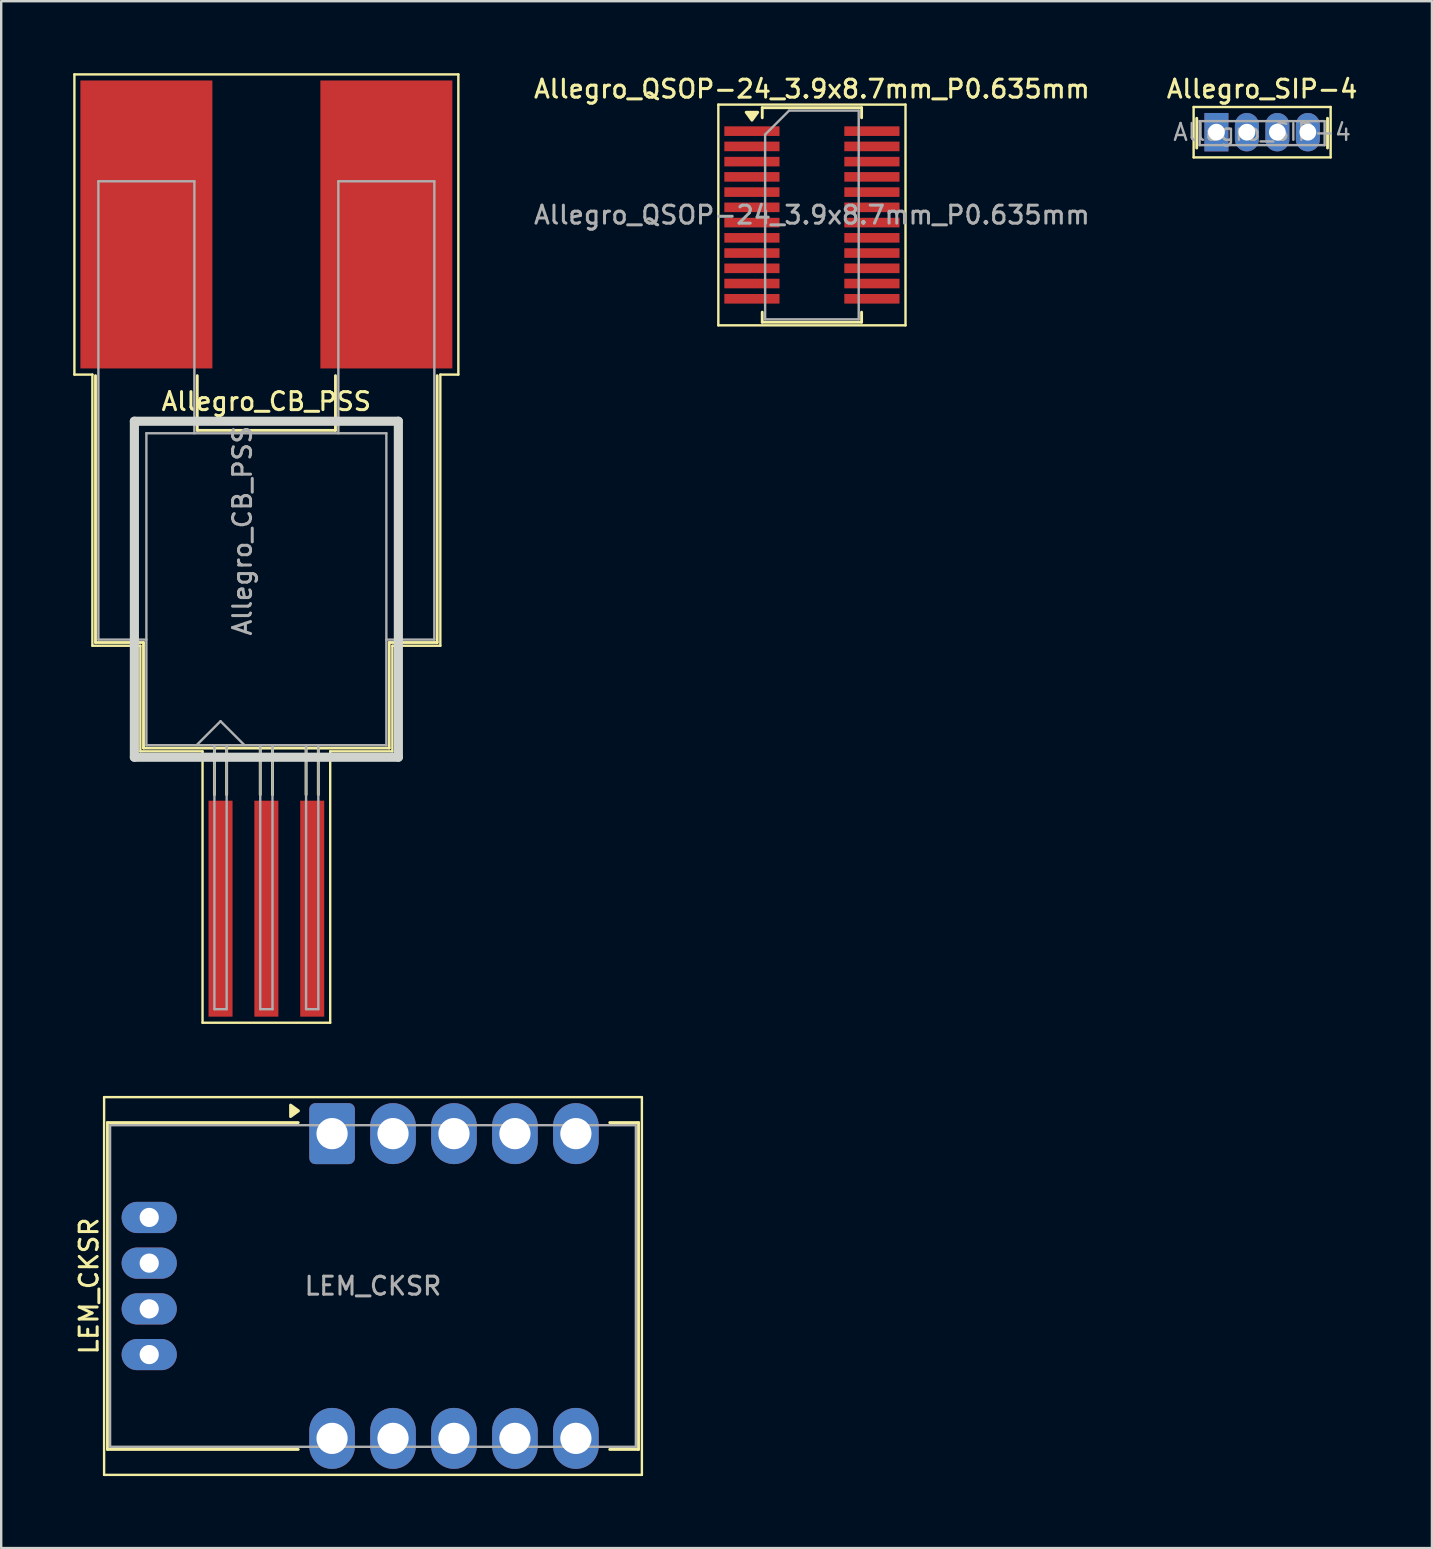
<source format=kicad_pcb>
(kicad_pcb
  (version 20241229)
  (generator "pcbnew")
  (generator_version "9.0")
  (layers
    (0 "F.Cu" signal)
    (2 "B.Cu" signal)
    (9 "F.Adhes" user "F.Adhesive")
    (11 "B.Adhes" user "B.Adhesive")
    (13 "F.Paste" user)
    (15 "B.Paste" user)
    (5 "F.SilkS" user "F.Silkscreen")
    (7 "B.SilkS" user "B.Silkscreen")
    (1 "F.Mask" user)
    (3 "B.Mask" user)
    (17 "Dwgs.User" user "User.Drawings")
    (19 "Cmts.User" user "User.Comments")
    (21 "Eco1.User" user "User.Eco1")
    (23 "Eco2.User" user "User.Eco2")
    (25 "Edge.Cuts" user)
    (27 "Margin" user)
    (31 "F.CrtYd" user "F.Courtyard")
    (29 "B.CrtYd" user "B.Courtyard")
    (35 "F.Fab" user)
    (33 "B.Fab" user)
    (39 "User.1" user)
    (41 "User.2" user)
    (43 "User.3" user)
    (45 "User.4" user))
  (footprint "LEM_CKSR"
    (layer "F.Cu")
    (at 10.788 44.19)
    (property "Reference" "LEM_CKSR" (at -10.13 6.35 270) (layer "F.SilkS") (effects (font (size 0.75 0.75) (thickness 0.125))))
    (attr through_hole)
    (fp_line (start -9.5 -1.52) (end 12.91 -1.52) (stroke (width 0.1) (type solid)) (layer "F.SilkS"))
    (fp_line (start -9.5 14.22) (end -9.5 -1.52) (stroke (width 0.1) (type solid)) (layer "F.SilkS"))
    (fp_line (start -9.36 -0.46) (end -9.36 13.16) (stroke (width 0.12) (type solid)) (layer "F.SilkS"))
    (fp_line (start -9.36 -0.46) (end -1.41 -0.46) (stroke (width 0.12) (type solid)) (layer "F.SilkS"))
    (fp_line (start -9.36 13.16) (end -1.41 13.16) (stroke (width 0.12) (type solid)) (layer "F.SilkS"))
    (fp_line (start 12.77 -0.46) (end 11.57 -0.46) (stroke (width 0.12) (type solid)) (layer "F.SilkS"))
    (fp_line (start 12.77 -0.46) (end 12.77 13.16) (stroke (width 0.12) (type solid)) (layer "F.SilkS"))
    (fp_line (start 12.77 13.16) (end 11.57 13.16) (stroke (width 0.12) (type solid)) (layer "F.SilkS"))
    (fp_line (start 12.91 -1.52) (end 12.91 14.22) (stroke (width 0.1) (type solid)) (layer "F.SilkS"))
    (fp_line (start 12.91 14.22) (end -9.5 14.22) (stroke (width 0.1) (type solid)) (layer "F.SilkS"))
    (fp_poly (pts (xy -1.4 -0.95) (xy -1.73 -0.71) (xy -1.73 -1.19) (xy -1.4 -0.95)) (stroke (width 0.12) (type solid)) (fill yes) (layer "F.SilkS"))
    (fp_line (start -9.25 -0.35) (end -9.25 13.05) (stroke (width 0.1) (type solid)) (layer "F.Fab"))
    (fp_line (start -0.5 -0.35) (end 0 0.21) (stroke (width 0.1) (type solid)) (layer "F.Fab"))
    (fp_line (start 0 0.21) (end 0.5 -0.35) (stroke (width 0.1) (type solid)) (layer "F.Fab"))
    (fp_line (start 12.66 -0.35) (end -9.25 -0.35) (stroke (width 0.1) (type solid)) (layer "F.Fab"))
    (fp_line (start 12.66 13.05) (end -9.25 13.05) (stroke (width 0.1) (type solid)) (layer "F.Fab"))
    (fp_line (start 12.66 13.05) (end 12.66 -0.35) (stroke (width 0.1) (type solid)) (layer "F.Fab"))
    (fp_text user "${REFERENCE}" (at 1.705 6.35 180) (layer "F.Fab") (effects (font (size 0.75 0.75) (thickness 0.125))))
    (pad "1" thru_hole roundrect (at 0 0 180) (size 1.9 2.54) (drill 1.3) (layers "*.Cu" "*.Mask") (roundrect_rratio 0.132))
    (pad "2" thru_hole oval (at 2.54 0 180) (size 1.9 2.54) (drill 1.3) (layers "*.Cu" "*.Mask"))
    (pad "3" thru_hole oval (at 5.08 0 180) (size 1.9 2.54) (drill 1.3) (layers "*.Cu" "*.Mask"))
    (pad "4" thru_hole oval (at 7.62 0 180) (size 1.9 2.54) (drill 1.3) (layers "*.Cu" "*.Mask"))
    (pad "5" thru_hole oval (at 10.16 0 180) (size 1.9 2.54) (drill 1.3) (layers "*.Cu" "*.Mask"))
    (pad "6" thru_hole oval (at 10.16 12.7 180) (size 1.9 2.54) (drill 1.3) (layers "*.Cu" "*.Mask"))
    (pad "7" thru_hole oval (at 7.62 12.7 180) (size 1.9 2.54) (drill 1.3) (layers "*.Cu" "*.Mask"))
    (pad "8" thru_hole oval (at 5.08 12.7 180) (size 1.9 2.54) (drill 1.3) (layers "*.Cu" "*.Mask"))
    (pad "9" thru_hole oval (at 2.54 12.7 180) (size 1.9 2.54) (drill 1.3) (layers "*.Cu" "*.Mask"))
    (pad "10" thru_hole oval (at 0 12.7 180) (size 1.9 2.54) (drill 1.3) (layers "*.Cu" "*.Mask"))
    (pad "11" thru_hole oval (at -7.62 9.207 180) (size 2.3 1.3) (drill 0.8) (layers "*.Cu" "*.Mask"))
    (pad "12" thru_hole oval (at -7.62 7.303 180) (size 2.3 1.3) (drill 0.8) (layers "*.Cu" "*.Mask"))
    (pad "13" thru_hole oval (at -7.62 5.397 180) (size 2.3 1.3) (drill 0.8) (layers "*.Cu" "*.Mask"))
    (pad "14" thru_hole oval (at -7.62 3.493 180) (size 2.3 1.3) (drill 0.8) (layers "*.Cu" "*.Mask")))
  (footprint "Allegro_SIP-4"
    (layer "F.Cu")
    (at 47.64 2.458)
    (property "Reference" "Allegro_SIP-4" (at 1.905 -1.8 0) (layer "F.SilkS") (effects (font (size 0.75 0.75) (thickness 0.125))))
    (attr through_hole)
    (fp_line (start -0.95 -1.05) (end -0.95 1.05) (stroke (width 0.1) (type solid)) (layer "F.SilkS"))
    (fp_line (start -0.95 1.05) (end 4.76 1.05) (stroke (width 0.1) (type solid)) (layer "F.SilkS"))
    (fp_line (start -0.82 0.66) (end -0.82 -0.58) (stroke (width 0.12) (type solid)) (layer "F.SilkS"))
    (fp_line (start 4.63 -0.58) (end 4.63 0.66) (stroke (width 0.12) (type solid)) (layer "F.SilkS"))
    (fp_line (start 4.76 -1.05) (end -0.95 -1.05) (stroke (width 0.1) (type solid)) (layer "F.SilkS"))
    (fp_line (start 4.76 1.05) (end 4.76 -1.05) (stroke (width 0.1) (type solid)) (layer "F.SilkS"))
    (fp_line (start -0.7 -0.46) (end 4.51 -0.46) (stroke (width 0.1) (type solid)) (layer "F.Fab"))
    (fp_line (start -0.7 0.54) (end -0.7 -0.46) (stroke (width 0.1) (type solid)) (layer "F.Fab"))
    (fp_line (start 4.51 -0.46) (end 4.51 0.54) (stroke (width 0.1) (type solid)) (layer "F.Fab"))
    (fp_line (start 4.51 0.54) (end -0.7 0.54) (stroke (width 0.1) (type solid)) (layer "F.Fab"))
    (fp_text user "${REFERENCE}" (at 1.905 0 0) (layer "F.Fab") (effects (font (size 0.7 0.7) (thickness 0.1))))
    (pad "1" thru_hole rect (at 0 0) (size 1 1.6) (drill 0.7) (layers "*.Cu" "*.Mask"))
    (pad "2" thru_hole oval (at 1.27 0) (size 1 1.6) (drill 0.7) (layers "*.Cu" "*.Mask"))
    (pad "3" thru_hole oval (at 2.54 0) (size 1 1.6) (drill 0.7) (layers "*.Cu" "*.Mask"))
    (pad "4" thru_hole oval (at 3.81 0) (size 1 1.6) (drill 0.7) (layers "*.Cu" "*.Mask")))
  (footprint "Allegro_CB_PSS"
    (layer "F.Cu")
    (at 8.05 19.81)
    (property "Reference" "Allegro_CB_PSS" (at 0 -6.131 0) (layer "F.SilkS") (effects (font (size 0.75 0.75) (thickness 0.125))))
    (attr smd)
    (fp_line (start -8 -19.76) (end 8 -19.76) (stroke (width 0.1) (type solid)) (layer "F.SilkS"))
    (fp_line (start -8 -7.25) (end -8 -19.76) (stroke (width 0.1) (type solid)) (layer "F.SilkS"))
    (fp_line (start -8 -7.25) (end -7.25 -7.25) (stroke (width 0.1) (type solid)) (layer "F.SilkS"))
    (fp_line (start -7.25 4.05) (end -7.25 -7.25) (stroke (width 0.1) (type solid)) (layer "F.SilkS"))
    (fp_line (start -7.12 3.914) (end -7.12 -7.206) (stroke (width 0.12) (type solid)) (layer "F.SilkS"))
    (fp_line (start -5.25 4.05) (end -7.25 4.05) (stroke (width 0.1) (type solid)) (layer "F.SilkS"))
    (fp_line (start -5.25 4.05) (end -5.25 8.45) (stroke (width 0.1) (type solid)) (layer "F.SilkS"))
    (fp_line (start -5.12 3.914) (end -7.12 3.914) (stroke (width 0.12) (type solid)) (layer "F.SilkS"))
    (fp_line (start -5.12 8.314) (end -5.12 3.914) (stroke (width 0.12) (type solid)) (layer "F.SilkS"))
    (fp_line (start -2.88 -4.926) (end -2.88 -7.206) (stroke (width 0.12) (type solid)) (layer "F.SilkS"))
    (fp_line (start -2.88 -4.926) (end 2.88 -4.926) (stroke (width 0.12) (type solid)) (layer "F.SilkS"))
    (fp_line (start -2.66 8.45) (end -5.25 8.45) (stroke (width 0.1) (type solid)) (layer "F.SilkS"))
    (fp_line (start -2.66 8.45) (end -2.66 19.76) (stroke (width 0.1) (type solid)) (layer "F.SilkS"))
    (fp_line (start -2.165 8.314) (end -2.165 10.256) (stroke (width 0.12) (type solid)) (layer "F.SilkS"))
    (fp_line (start -1.655 8.314) (end -1.655 10.256) (stroke (width 0.12) (type solid)) (layer "F.SilkS"))
    (fp_line (start -0.255 8.314) (end -0.255 10.256) (stroke (width 0.12) (type solid)) (layer "F.SilkS"))
    (fp_line (start 0.255 8.314) (end 0.255 10.256) (stroke (width 0.12) (type solid)) (layer "F.SilkS"))
    (fp_line (start 1.655 8.314) (end 1.655 10.256) (stroke (width 0.12) (type solid)) (layer "F.SilkS"))
    (fp_line (start 2.165 8.314) (end 2.165 10.256) (stroke (width 0.12) (type solid)) (layer "F.SilkS"))
    (fp_line (start 2.66 8.45) (end 2.66 19.76) (stroke (width 0.1) (type solid)) (layer "F.SilkS"))
    (fp_line (start 2.66 8.45) (end 5.25 8.45) (stroke (width 0.1) (type solid)) (layer "F.SilkS"))
    (fp_line (start 2.66 19.76) (end -2.66 19.76) (stroke (width 0.1) (type solid)) (layer "F.SilkS"))
    (fp_line (start 2.88 -4.926) (end 2.88 -7.206) (stroke (width 0.12) (type solid)) (layer "F.SilkS"))
    (fp_line (start 5.12 3.914) (end 7.12 3.914) (stroke (width 0.12) (type solid)) (layer "F.SilkS"))
    (fp_line (start 5.12 8.314) (end -5.12 8.314) (stroke (width 0.12) (type solid)) (layer "F.SilkS"))
    (fp_line (start 5.12 8.314) (end 5.12 3.914) (stroke (width 0.12) (type solid)) (layer "F.SilkS"))
    (fp_line (start 5.25 4.05) (end 5.25 8.45) (stroke (width 0.1) (type solid)) (layer "F.SilkS"))
    (fp_line (start 5.25 4.05) (end 7.25 4.05) (stroke (width 0.1) (type solid)) (layer "F.SilkS"))
    (fp_line (start 7.12 3.914) (end 7.12 -7.206) (stroke (width 0.12) (type solid)) (layer "F.SilkS"))
    (fp_line (start 7.25 -7.25) (end 8 -7.25) (stroke (width 0.1) (type solid)) (layer "F.SilkS"))
    (fp_line (start 7.25 4.05) (end 7.25 -7.25) (stroke (width 0.1) (type solid)) (layer "F.SilkS"))
    (fp_line (start 8 -19.76) (end 8 -7.25) (stroke (width 0.1) (type solid)) (layer "F.SilkS"))
    (fp_line (start -5.5 -5.306) (end 5.5 -5.306) (stroke (width 0.381) (type solid)) (layer "Edge.Cuts"))
    (fp_line (start -5.5 8.694) (end -5.5 -5.306) (stroke (width 0.381) (type solid)) (layer "Edge.Cuts"))
    (fp_line (start 5.5 -5.306) (end 5.5 8.694) (stroke (width 0.381) (type solid)) (layer "Edge.Cuts"))
    (fp_line (start 5.5 8.694) (end -5.5 8.694) (stroke (width 0.381) (type solid)) (layer "Edge.Cuts"))
    (fp_line (start -7 -15.306) (end -3 -15.306) (stroke (width 0.1) (type solid)) (layer "F.Fab"))
    (fp_line (start -7 3.794) (end -7 -15.306) (stroke (width 0.1) (type solid)) (layer "F.Fab"))
    (fp_line (start -7 3.794) (end -5 3.794) (stroke (width 0.1) (type solid)) (layer "F.Fab"))
    (fp_line (start -5 -4.806) (end -5 8.194) (stroke (width 0.1) (type solid)) (layer "F.Fab"))
    (fp_line (start -5 -4.806) (end 5 -4.806) (stroke (width 0.1) (type solid)) (layer "F.Fab"))
    (fp_line (start -3 -4.806) (end -3 -15.306) (stroke (width 0.1) (type solid)) (layer "F.Fab"))
    (fp_line (start -2.165 8.194) (end -2.165 19.194) (stroke (width 0.1) (type solid)) (layer "F.Fab"))
    (fp_line (start -1.91 7.194) (end -2.91 8.194) (stroke (width 0.1) (type solid)) (layer "F.Fab"))
    (fp_line (start -1.91 7.194) (end -0.91 8.194) (stroke (width 0.1) (type solid)) (layer "F.Fab"))
    (fp_line (start -1.655 8.194) (end -1.655 19.194) (stroke (width 0.1) (type solid)) (layer "F.Fab"))
    (fp_line (start -1.655 19.194) (end -2.165 19.194) (stroke (width 0.1) (type solid)) (layer "F.Fab"))
    (fp_line (start -0.255 8.194) (end -0.255 19.194) (stroke (width 0.1) (type solid)) (layer "F.Fab"))
    (fp_line (start 0.255 8.194) (end 0.255 19.194) (stroke (width 0.1) (type solid)) (layer "F.Fab"))
    (fp_line (start 0.255 19.194) (end -0.255 19.194) (stroke (width 0.1) (type solid)) (layer "F.Fab"))
    (fp_line (start 1.655 8.194) (end 1.655 19.194) (stroke (width 0.1) (type solid)) (layer "F.Fab"))
    (fp_line (start 2.165 8.194) (end 2.165 19.194) (stroke (width 0.1) (type solid)) (layer "F.Fab"))
    (fp_line (start 2.165 19.194) (end 1.655 19.194) (stroke (width 0.1) (type solid)) (layer "F.Fab"))
    (fp_line (start 3 -4.806) (end 3 -15.306) (stroke (width 0.1) (type solid)) (layer "F.Fab"))
    (fp_line (start 5 -4.806) (end 5 8.194) (stroke (width 0.1) (type solid)) (layer "F.Fab"))
    (fp_line (start 5 3.794) (end 7 3.794) (stroke (width 0.1) (type solid)) (layer "F.Fab"))
    (fp_line (start 5 8.194) (end -5 8.194) (stroke (width 0.1) (type solid)) (layer "F.Fab"))
    (fp_line (start 7 -15.306) (end 3 -15.306) (stroke (width 0.1) (type solid)) (layer "F.Fab"))
    (fp_line (start 7 3.794) (end 7 -15.306) (stroke (width 0.1) (type solid)) (layer "F.Fab"))
    (fp_text user "${REFERENCE}" (at -1 -0.744 90) (layer "F.Fab") (effects (font (size 0.75 0.75) (thickness 0.125))))
    (pad "1" smd rect (at -1.91 15.006) (size 1 9) (layers "F.Cu" "F.Mask" "F.Paste"))
    (pad "2" smd rect (at 0 15.006) (size 1 9) (layers "F.Cu" "F.Mask" "F.Paste"))
    (pad "3" smd rect (at 1.91 15.006) (size 1 9) (layers "F.Cu" "F.Mask" "F.Paste"))
    (pad "4" smd rect (at 5 -13.506) (size 5.5 12) (layers "F.Cu" "F.Mask" "F.Paste"))
    (pad "5" smd rect (at -5 -13.506) (size 5.5 12) (layers "F.Cu" "F.Mask" "F.Paste")))
  (footprint "Allegro_QSOP-24_3.9x8.7mm_P0.635mm"
    (layer "F.Cu")
    (at 30.784 5.908)
    (property "Reference" "Allegro_QSOP-24_3.9x8.7mm_P0.635mm" (at 0 -5.25 0) (layer "F.SilkS") (effects (font (size 0.75 0.75) (thickness 0.125))))
    (attr smd)
    (fp_line (start -3.9 -4.6) (end -3.9 4.6) (stroke (width 0.1) (type solid)) (layer "F.SilkS"))
    (fp_line (start -3.9 -4.6) (end 3.9 -4.6) (stroke (width 0.1) (type solid)) (layer "F.SilkS"))
    (fp_line (start -3.9 4.6) (end 3.9 4.6) (stroke (width 0.1) (type solid)) (layer "F.SilkS"))
    (fp_line (start -2.07 -4.47) (end -2.07 -4.05) (stroke (width 0.12) (type solid)) (layer "F.SilkS"))
    (fp_line (start -2.07 -4.47) (end 2.07 -4.47) (stroke (width 0.12) (type solid)) (layer "F.SilkS"))
    (fp_line (start -2.07 4.47) (end -2.07 4.05) (stroke (width 0.12) (type solid)) (layer "F.SilkS"))
    (fp_line (start -2.07 4.47) (end 2.07 4.47) (stroke (width 0.12) (type solid)) (layer "F.SilkS"))
    (fp_line (start 2.07 -4.47) (end 2.07 -4.05) (stroke (width 0.12) (type solid)) (layer "F.SilkS"))
    (fp_line (start 2.07 4.47) (end 2.07 4.05) (stroke (width 0.12) (type solid)) (layer "F.SilkS"))
    (fp_line (start 3.9 -4.6) (end 3.9 4.6) (stroke (width 0.1) (type solid)) (layer "F.SilkS"))
    (fp_poly (pts (xy -2.5 -3.95) (xy -2.74 -4.28) (xy -2.26 -4.28) (xy -2.5 -3.95)) (stroke (width 0.12) (type solid)) (fill yes) (layer "F.SilkS"))
    (fp_line (start -1.95 -3.35) (end -0.95 -4.35) (stroke (width 0.1) (type solid)) (layer "F.Fab"))
    (fp_line (start -1.95 4.35) (end -1.95 -3.35) (stroke (width 0.1) (type solid)) (layer "F.Fab"))
    (fp_line (start -0.95 -4.35) (end 1.95 -4.35) (stroke (width 0.1) (type solid)) (layer "F.Fab"))
    (fp_line (start 1.95 -4.35) (end 1.95 4.35) (stroke (width 0.1) (type solid)) (layer "F.Fab"))
    (fp_line (start 1.95 4.35) (end -1.95 4.35) (stroke (width 0.1) (type solid)) (layer "F.Fab"))
    (fp_text user "${REFERENCE}" (at 0 0 0) (layer "F.Fab") (effects (font (size 0.75 0.75) (thickness 0.125))))
    (pad "1" smd rect (at -2.5 -3.493) (size 2.3 0.4) (layers "F.Cu" "F.Mask" "F.Paste"))
    (pad "2" smd rect (at -2.5 -2.857) (size 2.3 0.4) (layers "F.Cu" "F.Mask" "F.Paste"))
    (pad "3" smd rect (at -2.5 -2.223) (size 2.3 0.4) (layers "F.Cu" "F.Mask" "F.Paste"))
    (pad "4" smd rect (at -2.5 -1.587) (size 2.3 0.4) (layers "F.Cu" "F.Mask" "F.Paste"))
    (pad "5" smd rect (at -2.5 -0.953) (size 2.3 0.4) (layers "F.Cu" "F.Mask" "F.Paste"))
    (pad "6" smd rect (at -2.5 -0.318) (size 2.3 0.4) (layers "F.Cu" "F.Mask" "F.Paste"))
    (pad "7" smd rect (at -2.5 0.318) (size 2.3 0.4) (layers "F.Cu" "F.Mask" "F.Paste"))
    (pad "8" smd rect (at -2.5 0.953) (size 2.3 0.4) (layers "F.Cu" "F.Mask" "F.Paste"))
    (pad "9" smd rect (at -2.5 1.587) (size 2.3 0.4) (layers "F.Cu" "F.Mask" "F.Paste"))
    (pad "10" smd rect (at -2.5 2.223) (size 2.3 0.4) (layers "F.Cu" "F.Mask" "F.Paste"))
    (pad "11" smd rect (at -2.5 2.857) (size 2.3 0.4) (layers "F.Cu" "F.Mask" "F.Paste"))
    (pad "12" smd rect (at -2.5 3.493) (size 2.3 0.4) (layers "F.Cu" "F.Mask" "F.Paste"))
    (pad "13" smd rect (at 2.5 3.493) (size 2.3 0.4) (layers "F.Cu" "F.Mask" "F.Paste"))
    (pad "14" smd rect (at 2.5 2.857) (size 2.3 0.4) (layers "F.Cu" "F.Mask" "F.Paste"))
    (pad "15" smd rect (at 2.5 2.223) (size 2.3 0.4) (layers "F.Cu" "F.Mask" "F.Paste"))
    (pad "16" smd rect (at 2.5 1.587) (size 2.3 0.4) (layers "F.Cu" "F.Mask" "F.Paste"))
    (pad "17" smd rect (at 2.5 0.953) (size 2.3 0.4) (layers "F.Cu" "F.Mask" "F.Paste"))
    (pad "18" smd rect (at 2.5 0.318) (size 2.3 0.4) (layers "F.Cu" "F.Mask" "F.Paste"))
    (pad "19" smd rect (at 2.5 -0.318) (size 2.3 0.4) (layers "F.Cu" "F.Mask" "F.Paste"))
    (pad "20" smd rect (at 2.5 -0.953) (size 2.3 0.4) (layers "F.Cu" "F.Mask" "F.Paste"))
    (pad "21" smd rect (at 2.5 -1.587) (size 2.3 0.4) (layers "F.Cu" "F.Mask" "F.Paste"))
    (pad "22" smd rect (at 2.5 -2.223) (size 2.3 0.4) (layers "F.Cu" "F.Mask" "F.Paste"))
    (pad "23" smd rect (at 2.5 -2.857) (size 2.3 0.4) (layers "F.Cu" "F.Mask" "F.Paste"))
    (pad "24" smd rect (at 2.5 -3.493) (size 2.3 0.4) (layers "F.Cu" "F.Mask" "F.Paste")))
  (gr_rect
    (start -3 -3)
    (end 56.621 61.46)
    (stroke (width 0.1) (type default))
    (fill no)
    (layer "Edge.Cuts")))
</source>
